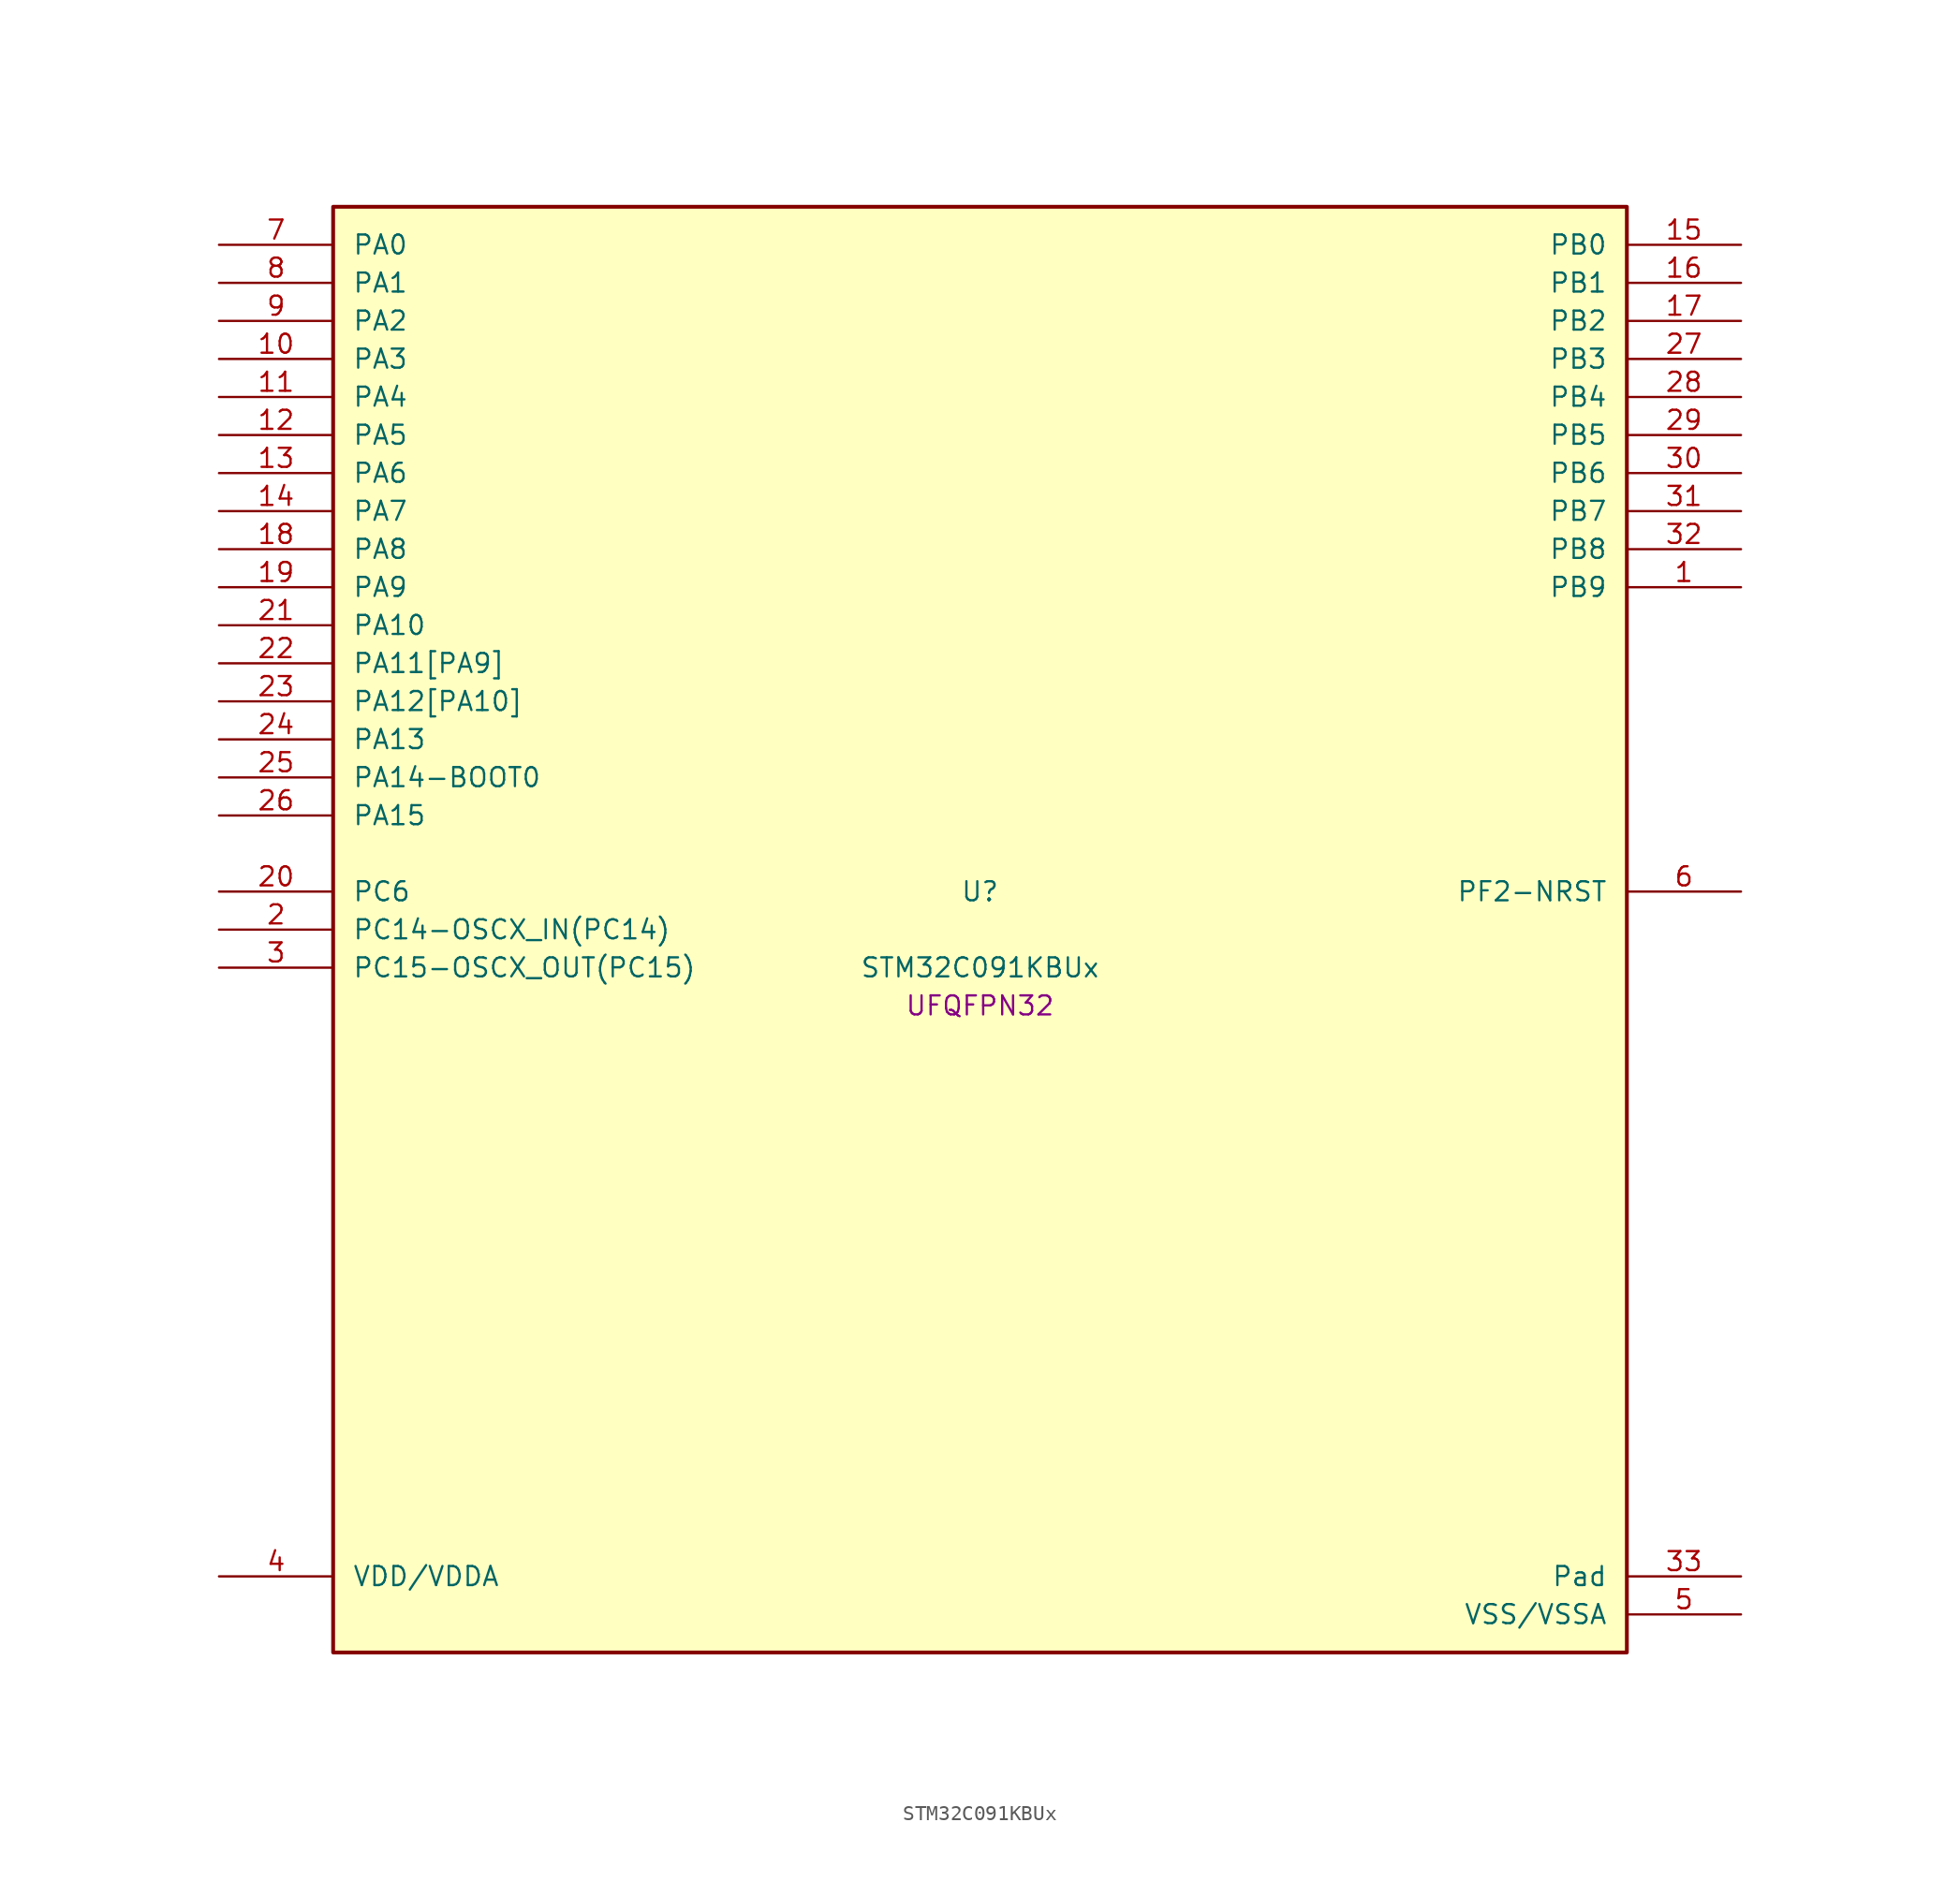
<source format=kicad_sym>
(kicad_symbol_lib
  (version 20241209)
  (generator "stm32_pkl_generator")
  (generator_version "1.0")
  (symbol "STM32C091KBUx"
    (pin_names
      (offset 1.27))
    (property "Reference" "U"
      (at 0 2.54 0))
    (property "Value" "STM32C091KBUx"
      (at 0 -2.54 0))
    (property "Footprint" "UFQFPN32"
      (at 0 -5.08 0))
    (symbol "STM32C091KBUx_1_1"
      (rectangle (start -43.18 48.26) (end 43.18 -48.26) (stroke (width 0.254) (type solid)) (fill (type background)))
      (pin bidirectional line (at -50.8 45.72 0) (length 7.62) (name "PA0") (number "7") (alternate "PA0/ADC1_IN0" bidirectional line) (alternate "PA0/PWR_WKUP1" bidirectional line) (alternate "PA0/SPI2_SCK" bidirectional line) (alternate "PA0/TIM16_CH1" bidirectional line) (alternate "PA0/TIM1_CH1" bidirectional line) (alternate "PA0/TIM2_CH1" bidirectional line) (alternate "PA0/TIM2_ETR" bidirectional line) (alternate "PA0/USART1_TX" bidirectional line) (alternate "PA0/USART2_CTS" bidirectional line) (alternate "PA0/USART2_NSS" bidirectional line) (alternate "PA0/USART4_TX" bidirectional line))
      (pin bidirectional line (at -50.8 43.18 0) (length 7.62) (name "PA1") (number "8") (alternate "PA1/ADC1_IN1" bidirectional line) (alternate "PA1/I2C1_SMBA" bidirectional line) (alternate "PA1/I2S1_CK" bidirectional line) (alternate "PA1/SPI1_SCK" bidirectional line) (alternate "PA1/TIM15_CH1N" bidirectional line) (alternate "PA1/TIM17_CH1" bidirectional line) (alternate "PA1/TIM1_CH2" bidirectional line) (alternate "PA1/TIM2_CH2" bidirectional line) (alternate "PA1/USART1_RX" bidirectional line) (alternate "PA1/USART2_CK" bidirectional line) (alternate "PA1/USART2_DE" bidirectional line) (alternate "PA1/USART2_RTS" bidirectional line) (alternate "PA1/USART4_RX" bidirectional line))
      (pin bidirectional line (at -50.8 40.64 0) (length 7.62) (name "PA2") (number "9") (alternate "PA2/ADC1_IN2" bidirectional line) (alternate "PA2/I2S1_SD" bidirectional line) (alternate "PA2/PWR_WKUP4" bidirectional line) (alternate "PA2/RCC_LSCO" bidirectional line) (alternate "PA2/SPI1_MOSI" bidirectional line) (alternate "PA2/TIM15_CH1" bidirectional line) (alternate "PA2/TIM16_CH1N" bidirectional line) (alternate "PA2/TIM1_CH3" bidirectional line) (alternate "PA2/TIM2_CH3" bidirectional line) (alternate "PA2/TIM3_ETR" bidirectional line) (alternate "PA2/USART2_TX" bidirectional line))
      (pin bidirectional line (at -50.8 38.1 0) (length 7.62) (name "PA3") (number "10") (alternate "PA3/ADC1_IN3" bidirectional line) (alternate "PA3/SPI2_MISO" bidirectional line) (alternate "PA3/TIM15_CH2" bidirectional line) (alternate "PA3/TIM1_CH1N" bidirectional line) (alternate "PA3/TIM1_CH4" bidirectional line) (alternate "PA3/TIM2_CH4" bidirectional line) (alternate "PA3/USART2_RX" bidirectional line))
      (pin bidirectional line (at -50.8 35.56 0) (length 7.62) (name "PA4") (number "11") (alternate "PA4/ADC1_IN4" bidirectional line) (alternate "PA4/I2S1_WS" bidirectional line) (alternate "PA4/PWR_WKUP2" bidirectional line) (alternate "PA4/RTC_OUT1" bidirectional line) (alternate "PA4/RTC_TS" bidirectional line) (alternate "PA4/SPI1_NSS" bidirectional line) (alternate "PA4/SPI2_MOSI" bidirectional line) (alternate "PA4/TIM14_CH1" bidirectional line) (alternate "PA4/TIM17_CH1N" bidirectional line) (alternate "PA4/TIM1_CH2N" bidirectional line) (alternate "PA4/USART2_TX" bidirectional line))
      (pin bidirectional line (at -50.8 33.02 0) (length 7.62) (name "PA5") (number "12") (alternate "PA5/ADC1_IN5" bidirectional line) (alternate "PA5/I2S1_CK" bidirectional line) (alternate "PA5/SPI1_SCK" bidirectional line) (alternate "PA5/TIM1_CH1" bidirectional line) (alternate "PA5/TIM1_CH3N" bidirectional line) (alternate "PA5/TIM2_CH1" bidirectional line) (alternate "PA5/TIM2_ETR" bidirectional line) (alternate "PA5/USART2_RX" bidirectional line) (alternate "PA5/USART3_TX" bidirectional line))
      (pin bidirectional line (at -50.8 30.48 0) (length 7.62) (name "PA6") (number "13") (alternate "PA6/ADC1_IN6" bidirectional line) (alternate "PA6/I2C2_SDA" bidirectional line) (alternate "PA6/I2S1_MCK" bidirectional line) (alternate "PA6/SPI1_MISO" bidirectional line) (alternate "PA6/TIM16_CH1" bidirectional line) (alternate "PA6/TIM1_BKIN" bidirectional line) (alternate "PA6/TIM3_CH1" bidirectional line) (alternate "PA6/USART3_CTS" bidirectional line) (alternate "PA6/USART3_NSS" bidirectional line))
      (pin bidirectional line (at -50.8 27.94 0) (length 7.62) (name "PA7") (number "14") (alternate "PA7/ADC1_IN7" bidirectional line) (alternate "PA7/I2C2_SCL" bidirectional line) (alternate "PA7/I2S1_SD" bidirectional line) (alternate "PA7/SPI1_MOSI" bidirectional line) (alternate "PA7/TIM14_CH1" bidirectional line) (alternate "PA7/TIM17_CH1" bidirectional line) (alternate "PA7/TIM1_CH1N" bidirectional line) (alternate "PA7/TIM3_CH2" bidirectional line))
      (pin bidirectional line (at -50.8 25.4 0) (length 7.62) (name "PA8") (number "18") (alternate "PA8/ADC1_IN8" bidirectional line) (alternate "PA8/I2S1_WS" bidirectional line) (alternate "PA8/RCC_MCO" bidirectional line) (alternate "PA8/RCC_MCO_2" bidirectional line) (alternate "PA8/SPI1_NSS" bidirectional line) (alternate "PA8/SPI2_MISO" bidirectional line) (alternate "PA8/SPI2_NSS" bidirectional line) (alternate "PA8/TIM14_CH1" bidirectional line) (alternate "PA8/TIM1_CH1" bidirectional line) (alternate "PA8/TIM1_CH2N" bidirectional line) (alternate "PA8/TIM1_CH3N" bidirectional line) (alternate "PA8/TIM3_CH3" bidirectional line) (alternate "PA8/TIM3_CH4" bidirectional line) (alternate "PA8/USART1_RX" bidirectional line) (alternate "PA8/USART2_TX" bidirectional line))
      (pin bidirectional line (at -50.8 22.86 0) (length 7.62) (name "PA9") (number "19") (alternate "PA9/I2C1_SCL" bidirectional line) (alternate "PA9/I2C2_SCL" bidirectional line) (alternate "PA9/RCC_MCO" bidirectional line) (alternate "PA9/SPI2_MISO" bidirectional line) (alternate "PA9/TIM15_BKIN" bidirectional line) (alternate "PA9/TIM1_CH2" bidirectional line) (alternate "PA9/TIM3_ETR" bidirectional line) (alternate "PA9/USART1_TX" bidirectional line) (alternate "PA9/NC" bidirectional line))
      (pin bidirectional line (at -50.8 20.32 0) (length 7.62) (name "PA10") (number "21") (alternate "PA10/I2C1_SDA" bidirectional line) (alternate "PA10/I2C2_SDA" bidirectional line) (alternate "PA10/RCC_MCO_2" bidirectional line) (alternate "PA10/SPI2_MOSI" bidirectional line) (alternate "PA10/TIM17_BKIN" bidirectional line) (alternate "PA10/TIM1_CH3" bidirectional line) (alternate "PA10/USART1_RX" bidirectional line) (alternate "PA10/NC" bidirectional line))
      (pin bidirectional line (at -50.8 17.78 0) (length 7.62) (name "PA11[PA9]") (number "22") (alternate "PA11[PA9]/ADC1_EXTI11" bidirectional line) (alternate "PA11[PA9]/I2C2_SCL" bidirectional line) (alternate "PA11[PA9]/I2S1_MCK" bidirectional line) (alternate "PA11[PA9]/SPI1_MISO" bidirectional line) (alternate "PA11[PA9]/TIM1_BKIN2" bidirectional line) (alternate "PA11[PA9]/TIM1_CH4" bidirectional line) (alternate "PA11[PA9]/USART1_CTS" bidirectional line) (alternate "PA11[PA9]/USART1_NSS" bidirectional line) (alternate "PA11[PA9]/PA9[PA11]" bidirectional line) (alternate "PA11[PA9]/I2C1_SCL" bidirectional line) (alternate "PA11[PA9]/RCC_MCO" bidirectional line) (alternate "PA11[PA9]/SPI2_MISO" bidirectional line) (alternate "PA11[PA9]/TIM15_BKIN" bidirectional line) (alternate "PA11[PA9]/TIM1_CH2" bidirectional line) (alternate "PA11[PA9]/TIM3_ETR" bidirectional line) (alternate "PA11[PA9]/USART1_TX" bidirectional line))
      (pin bidirectional line (at -50.8 15.24 0) (length 7.62) (name "PA12[PA10]") (number "23") (alternate "PA12[PA10]/I2C2_SDA" bidirectional line) (alternate "PA12[PA10]/I2S1_SD" bidirectional line) (alternate "PA12[PA10]/I2S_CKIN" bidirectional line) (alternate "PA12[PA10]/SPI1_MOSI" bidirectional line) (alternate "PA12[PA10]/TIM1_ETR" bidirectional line) (alternate "PA12[PA10]/USART1_CK" bidirectional line) (alternate "PA12[PA10]/USART1_DE" bidirectional line) (alternate "PA12[PA10]/USART1_RTS" bidirectional line) (alternate "PA12[PA10]/PA10[PA12]" bidirectional line) (alternate "PA12[PA10]/I2C1_SDA" bidirectional line) (alternate "PA12[PA10]/RCC_MCO_2" bidirectional line) (alternate "PA12[PA10]/SPI2_MOSI" bidirectional line) (alternate "PA12[PA10]/TIM17_BKIN" bidirectional line) (alternate "PA12[PA10]/TIM1_CH3" bidirectional line) (alternate "PA12[PA10]/USART1_RX" bidirectional line))
      (pin bidirectional line (at -50.8 12.7 0) (length 7.62) (name "PA13") (number "24") (alternate "PA13/ADC1_IN13" bidirectional line) (alternate "PA13/DEBUG_SWDIO" bidirectional line) (alternate "PA13/IR_OUT" bidirectional line) (alternate "PA13/TIM3_ETR" bidirectional line) (alternate "PA13/USART2_RX" bidirectional line))
      (pin bidirectional line (at -50.8 10.16 0) (length 7.62) (name "PA14-BOOT0") (number "25") (alternate "PA14-BOOT0/ADC1_IN14" bidirectional line) (alternate "PA14-BOOT0/BOOT0" bidirectional line) (alternate "PA14-BOOT0/DEBUG_SWCLK" bidirectional line) (alternate "PA14-BOOT0/I2S1_WS" bidirectional line) (alternate "PA14-BOOT0/RCC_MCO_2" bidirectional line) (alternate "PA14-BOOT0/SPI1_NSS" bidirectional line) (alternate "PA14-BOOT0/TIM1_CH1" bidirectional line) (alternate "PA14-BOOT0/USART1_CK" bidirectional line) (alternate "PA14-BOOT0/USART1_DE" bidirectional line) (alternate "PA14-BOOT0/USART1_RTS" bidirectional line) (alternate "PA14-BOOT0/USART2_RX" bidirectional line) (alternate "PA14-BOOT0/USART2_TX" bidirectional line))
      (pin bidirectional line (at -50.8 7.62 0) (length 7.62) (name "PA15") (number "26") (alternate "PA15/I2S1_WS" bidirectional line) (alternate "PA15/RCC_MCO_2" bidirectional line) (alternate "PA15/SPI1_NSS" bidirectional line) (alternate "PA15/TIM1_CH1" bidirectional line) (alternate "PA15/TIM2_CH1" bidirectional line) (alternate "PA15/TIM2_ETR" bidirectional line) (alternate "PA15/USART1_CK" bidirectional line) (alternate "PA15/USART1_DE" bidirectional line) (alternate "PA15/USART1_RTS" bidirectional line) (alternate "PA15/USART2_RX" bidirectional line) (alternate "PA15/USART3_CK" bidirectional line) (alternate "PA15/USART3_DE" bidirectional line) (alternate "PA15/USART3_RTS" bidirectional line) (alternate "PA15/USART4_CK" bidirectional line) (alternate "PA15/USART4_DE" bidirectional line) (alternate "PA15/USART4_RTS" bidirectional line))
      (pin bidirectional line (at 50.8 45.72 180) (length 7.62) (name "PB0") (number "15") (alternate "PB0/ADC1_IN17" bidirectional line) (alternate "PB0/I2S1_WS" bidirectional line) (alternate "PB0/SPI1_NSS" bidirectional line) (alternate "PB0/TIM1_CH2N" bidirectional line) (alternate "PB0/TIM3_CH3" bidirectional line) (alternate "PB0/USART3_RX" bidirectional line))
      (pin bidirectional line (at 50.8 43.18 180) (length 7.62) (name "PB1") (number "16") (alternate "PB1/ADC1_IN18" bidirectional line) (alternate "PB1/TIM14_CH1" bidirectional line) (alternate "PB1/TIM1_CH2N" bidirectional line) (alternate "PB1/TIM1_CH3N" bidirectional line) (alternate "PB1/TIM3_CH4" bidirectional line) (alternate "PB1/USART3_CK" bidirectional line) (alternate "PB1/USART3_DE" bidirectional line) (alternate "PB1/USART3_RTS" bidirectional line))
      (pin bidirectional line (at 50.8 40.64 180) (length 7.62) (name "PB2") (number "17") (alternate "PB2/ADC1_IN19" bidirectional line) (alternate "PB2/RCC_MCO_2" bidirectional line) (alternate "PB2/SPI2_MISO" bidirectional line) (alternate "PB2/USART1_RX" bidirectional line) (alternate "PB2/USART3_TX" bidirectional line))
      (pin bidirectional line (at 50.8 38.1 180) (length 7.62) (name "PB3") (number "27") (alternate "PB3/I2C2_SCL" bidirectional line) (alternate "PB3/I2S1_CK" bidirectional line) (alternate "PB3/SPI1_SCK" bidirectional line) (alternate "PB3/TIM1_CH2" bidirectional line) (alternate "PB3/TIM2_CH2" bidirectional line) (alternate "PB3/TIM3_CH2" bidirectional line) (alternate "PB3/USART1_CK" bidirectional line) (alternate "PB3/USART1_DE" bidirectional line) (alternate "PB3/USART1_RTS" bidirectional line))
      (pin bidirectional line (at 50.8 35.56 180) (length 7.62) (name "PB4") (number "28") (alternate "PB4/I2C2_SDA" bidirectional line) (alternate "PB4/I2S1_MCK" bidirectional line) (alternate "PB4/SPI1_MISO" bidirectional line) (alternate "PB4/TIM17_BKIN" bidirectional line) (alternate "PB4/TIM3_CH1" bidirectional line) (alternate "PB4/USART1_CTS" bidirectional line) (alternate "PB4/USART1_NSS" bidirectional line))
      (pin bidirectional line (at 50.8 33.02 180) (length 7.62) (name "PB5") (number "29") (alternate "PB5/I2C1_SMBA" bidirectional line) (alternate "PB5/I2S1_SD" bidirectional line) (alternate "PB5/PWR_WKUP6" bidirectional line) (alternate "PB5/SPI1_MOSI" bidirectional line) (alternate "PB5/TIM16_BKIN" bidirectional line) (alternate "PB5/TIM3_CH2" bidirectional line) (alternate "PB5/TIM3_CH3" bidirectional line))
      (pin bidirectional line (at 50.8 30.48 180) (length 7.62) (name "PB6") (number "30") (alternate "PB6/I2C1_SCL" bidirectional line) (alternate "PB6/I2C1_SMBA" bidirectional line) (alternate "PB6/I2S1_CK" bidirectional line) (alternate "PB6/I2S1_MCK" bidirectional line) (alternate "PB6/I2S1_SD" bidirectional line) (alternate "PB6/PWR_WKUP3" bidirectional line) (alternate "PB6/SPI1_MISO" bidirectional line) (alternate "PB6/SPI1_MOSI" bidirectional line) (alternate "PB6/SPI1_SCK" bidirectional line) (alternate "PB6/SPI2_MISO" bidirectional line) (alternate "PB6/TIM16_BKIN" bidirectional line) (alternate "PB6/TIM16_CH1N" bidirectional line) (alternate "PB6/TIM1_CH2" bidirectional line) (alternate "PB6/TIM1_CH3" bidirectional line) (alternate "PB6/TIM3_CH1" bidirectional line) (alternate "PB6/TIM3_CH2" bidirectional line) (alternate "PB6/TIM3_CH3" bidirectional line) (alternate "PB6/USART1_CTS" bidirectional line) (alternate "PB6/USART1_NSS" bidirectional line) (alternate "PB6/USART1_TX" bidirectional line))
      (pin bidirectional line (at 50.8 27.94 180) (length 7.62) (name "PB7") (number "31") (alternate "PB7/I2C1_SCL" bidirectional line) (alternate "PB7/I2C1_SDA" bidirectional line) (alternate "PB7/RTC_REFIN" bidirectional line) (alternate "PB7/SPI2_MOSI" bidirectional line) (alternate "PB7/TIM16_CH1" bidirectional line) (alternate "PB7/TIM17_CH1N" bidirectional line) (alternate "PB7/TIM1_CH4" bidirectional line) (alternate "PB7/TIM3_CH1" bidirectional line) (alternate "PB7/TIM3_CH4" bidirectional line) (alternate "PB7/USART1_RX" bidirectional line) (alternate "PB7/USART2_CTS" bidirectional line) (alternate "PB7/USART2_NSS" bidirectional line) (alternate "PB7/USART4_CTS" bidirectional line) (alternate "PB7/USART4_NSS" bidirectional line))
      (pin bidirectional line (at 50.8 25.4 180) (length 7.62) (name "PB8") (number "32") (alternate "PB8/I2C1_SCL" bidirectional line) (alternate "PB8/SPI2_SCK" bidirectional line) (alternate "PB8/TIM15_BKIN" bidirectional line) (alternate "PB8/TIM16_CH1" bidirectional line) (alternate "PB8/TIM3_CH1" bidirectional line) (alternate "PB8/USART2_CTS" bidirectional line) (alternate "PB8/USART2_NSS" bidirectional line) (alternate "PB8/USART3_TX" bidirectional line))
      (pin bidirectional line (at 50.8 22.86 180) (length 7.62) (name "PB9") (number "1") (alternate "PB9/I2C1_SDA" bidirectional line) (alternate "PB9/IR_OUT" bidirectional line) (alternate "PB9/SPI2_NSS" bidirectional line) (alternate "PB9/TIM17_CH1" bidirectional line) (alternate "PB9/TIM3_CH2" bidirectional line) (alternate "PB9/USART2_CK" bidirectional line) (alternate "PB9/USART2_DE" bidirectional line) (alternate "PB9/USART2_RTS" bidirectional line) (alternate "PB9/USART3_RX" bidirectional line))
      (pin bidirectional line (at -50.8 2.54 0) (length 7.62) (name "PC6") (number "20") (alternate "PC6/TIM2_CH3" bidirectional line) (alternate "PC6/TIM3_CH1" bidirectional line))
      (pin bidirectional line (at -50.8 0 0) (length 7.62) (name "PC14-OSCX_IN(PC14)") (number "2") (alternate "PC14-OSCX_IN(PC14)/I2C1_SDA" bidirectional line) (alternate "PC14-OSCX_IN(PC14)/IR_OUT" bidirectional line) (alternate "PC14-OSCX_IN(PC14)/RCC_OSCX_IN" bidirectional line) (alternate "PC14-OSCX_IN(PC14)/SPI2_NSS" bidirectional line) (alternate "PC14-OSCX_IN(PC14)/TIM17_CH1" bidirectional line) (alternate "PC14-OSCX_IN(PC14)/TIM1_BKIN2" bidirectional line) (alternate "PC14-OSCX_IN(PC14)/TIM1_ETR" bidirectional line) (alternate "PC14-OSCX_IN(PC14)/TIM3_CH2" bidirectional line) (alternate "PC14-OSCX_IN(PC14)/USART1_TX" bidirectional line) (alternate "PC14-OSCX_IN(PC14)/USART2_CK" bidirectional line) (alternate "PC14-OSCX_IN(PC14)/USART2_DE" bidirectional line) (alternate "PC14-OSCX_IN(PC14)/USART2_RTS" bidirectional line) (alternate "PC14-OSCX_IN(PC14)/USART3_TX" bidirectional line))
      (pin bidirectional line (at -50.8 -2.54 0) (length 7.62) (name "PC15-OSCX_OUT(PC15)") (number "3") (alternate "PC15-OSCX_OUT(PC15)/RCC_OSC32_EN" bidirectional line) (alternate "PC15-OSCX_OUT(PC15)/RCC_OSCX_OUT" bidirectional line) (alternate "PC15-OSCX_OUT(PC15)/RCC_OSC_EN" bidirectional line) (alternate "PC15-OSCX_OUT(PC15)/TIM15_BKIN" bidirectional line) (alternate "PC15-OSCX_OUT(PC15)/TIM1_ETR" bidirectional line) (alternate "PC15-OSCX_OUT(PC15)/TIM3_CH3" bidirectional line))
      (pin bidirectional line (at 50.8 2.54 180) (length 7.62) (name "PF2-NRST") (number "6") (alternate "PF2-NRST/RCC_MCO" bidirectional line) (alternate "PF2-NRST/TIM1_CH4" bidirectional line))
      (pin power_in line (at -50.8 -43.18 0) (length 7.62) (name "VDD/VDDA") (number "4"))
      (pin passive line (at 50.8 -43.18 180) (length 7.62) (name "Pad") (number "33"))
      (pin power_in line (at 50.8 -45.72 180) (length 7.62) (name "VSS/VSSA") (number "5")))))
</source>
